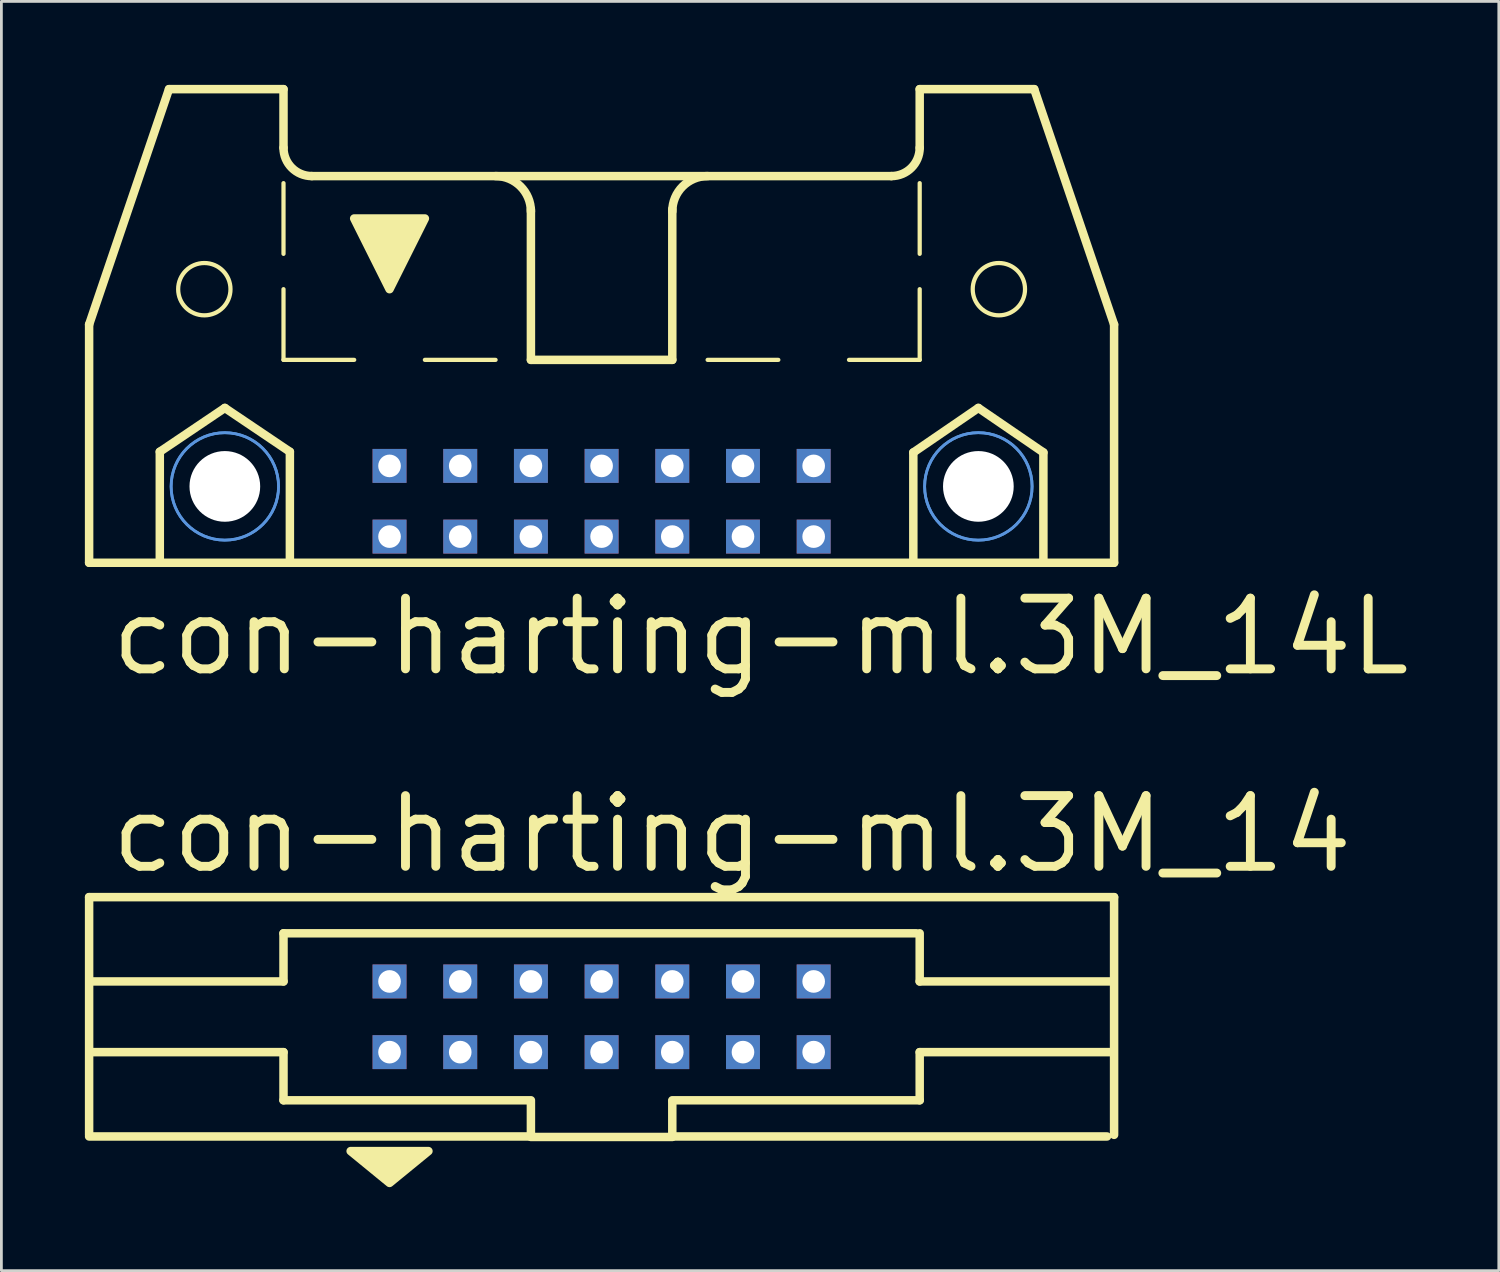
<source format=kicad_pcb>
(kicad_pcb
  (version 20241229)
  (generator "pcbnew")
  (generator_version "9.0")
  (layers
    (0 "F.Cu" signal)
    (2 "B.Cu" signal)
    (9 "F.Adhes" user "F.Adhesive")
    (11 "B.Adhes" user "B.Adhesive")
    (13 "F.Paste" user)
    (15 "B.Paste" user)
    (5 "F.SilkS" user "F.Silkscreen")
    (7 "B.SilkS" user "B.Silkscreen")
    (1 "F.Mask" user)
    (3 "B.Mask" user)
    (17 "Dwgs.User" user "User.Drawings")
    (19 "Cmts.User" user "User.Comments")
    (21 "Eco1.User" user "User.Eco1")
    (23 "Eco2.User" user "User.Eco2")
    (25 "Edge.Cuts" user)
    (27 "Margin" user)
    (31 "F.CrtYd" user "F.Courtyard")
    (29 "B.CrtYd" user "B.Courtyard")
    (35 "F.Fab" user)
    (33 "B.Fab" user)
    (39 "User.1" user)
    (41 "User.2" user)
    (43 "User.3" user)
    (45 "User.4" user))
  (footprint "con-harting-ml.3M_14L"
    (layer "F.Cu")
    (at 18.567 11.151)
    (property "Reference" "con-harting-ml.3M_14L" (at -17.78 10.16 0) (layer "F.SilkS") (effects (font (size 2.54 2.54) (thickness 0.32)) (justify left bottom)))
    (attr through_hole)
    (fp_line (start -18.415 -2.54) (end -18.415 6.02) (stroke (width 0.305) (type default)) (layer "F.SilkS"))
    (fp_line (start -18.415 -2.54) (end -15.545 -10.998) (stroke (width 0.305) (type default)) (layer "F.SilkS"))
    (fp_line (start -18.415 6.02) (end -15.875 6.02) (stroke (width 0.305) (type default)) (layer "F.SilkS"))
    (fp_line (start -15.875 2.032) (end -13.538 0.457) (stroke (width 0.305) (type default)) (layer "F.SilkS"))
    (fp_line (start -15.875 6.02) (end -15.875 2.032) (stroke (width 0.305) (type default)) (layer "F.SilkS"))
    (fp_line (start -15.875 6.02) (end -11.201 6.02) (stroke (width 0.305) (type default)) (layer "F.SilkS"))
    (fp_line (start -13.538 0.457) (end -11.201 2.032) (stroke (width 0.305) (type default)) (layer "F.SilkS"))
    (fp_line (start -11.43 -10.998) (end -15.545 -10.998) (stroke (width 0.305) (type default)) (layer "F.SilkS"))
    (fp_line (start -11.43 -8.89) (end -11.43 -10.998) (stroke (width 0.305) (type default)) (layer "F.SilkS"))
    (fp_line (start -11.43 -5.08) (end -11.43 -7.62) (stroke (width 0.152) (type default)) (layer "F.SilkS"))
    (fp_line (start -11.43 -1.27) (end -11.43 -3.81) (stroke (width 0.152) (type default)) (layer "F.SilkS"))
    (fp_line (start -11.43 -1.27) (end -8.89 -1.27) (stroke (width 0.152) (type default)) (layer "F.SilkS"))
    (fp_line (start -11.201 2.032) (end -11.201 6.02) (stroke (width 0.305) (type default)) (layer "F.SilkS"))
    (fp_line (start -11.201 6.02) (end 11.201 6.02) (stroke (width 0.305) (type default)) (layer "F.SilkS"))
    (fp_line (start -10.414 -7.874) (end 10.414 -7.874) (stroke (width 0.305) (type default)) (layer "F.SilkS"))
    (fp_line (start -6.35 -1.27) (end -3.81 -1.27) (stroke (width 0.152) (type default)) (layer "F.SilkS"))
    (fp_line (start -2.54 -1.27) (end -2.54 -6.68) (stroke (width 0.305) (type default)) (layer "F.SilkS"))
    (fp_line (start 0 -1.27) (end 2.54 -1.27) (stroke (width 0.152) (type default)) (layer "F.SilkS"))
    (fp_line (start 2.54 -1.27) (end -2.54 -1.27) (stroke (width 0.305) (type default)) (layer "F.SilkS"))
    (fp_line (start 2.54 -1.27) (end 2.54 -6.68) (stroke (width 0.305) (type default)) (layer "F.SilkS"))
    (fp_line (start 6.35 -1.27) (end 3.81 -1.27) (stroke (width 0.152) (type default)) (layer "F.SilkS"))
    (fp_line (start 11.201 2.057) (end 13.538 0.457) (stroke (width 0.305) (type default)) (layer "F.SilkS"))
    (fp_line (start 11.201 6.02) (end 11.201 2.057) (stroke (width 0.305) (type default)) (layer "F.SilkS"))
    (fp_line (start 11.201 6.02) (end 15.875 6.02) (stroke (width 0.305) (type default)) (layer "F.SilkS"))
    (fp_line (start 11.43 -10.998) (end 15.545 -10.998) (stroke (width 0.305) (type default)) (layer "F.SilkS"))
    (fp_line (start 11.43 -8.89) (end 11.43 -10.998) (stroke (width 0.305) (type default)) (layer "F.SilkS"))
    (fp_line (start 11.43 -5.08) (end 11.43 -7.62) (stroke (width 0.152) (type default)) (layer "F.SilkS"))
    (fp_line (start 11.43 -1.27) (end 8.89 -1.27) (stroke (width 0.152) (type default)) (layer "F.SilkS"))
    (fp_line (start 11.43 -1.27) (end 11.43 -3.81) (stroke (width 0.152) (type default)) (layer "F.SilkS"))
    (fp_line (start 13.538 0.457) (end 15.875 2.057) (stroke (width 0.305) (type default)) (layer "F.SilkS"))
    (fp_line (start 15.875 2.057) (end 15.875 6.02) (stroke (width 0.305) (type default)) (layer "F.SilkS"))
    (fp_line (start 15.875 6.02) (end 18.415 6.02) (stroke (width 0.305) (type default)) (layer "F.SilkS"))
    (fp_line (start 18.415 -2.54) (end 15.545 -10.998) (stroke (width 0.305) (type default)) (layer "F.SilkS"))
    (fp_line (start 18.415 6.02) (end 18.415 -2.54) (stroke (width 0.305) (type default)) (layer "F.SilkS"))
    (fp_arc (start -10.414 -7.874) (mid -11.13242 -8.17158) (end -11.43 -8.89) (stroke (width 0.3048) (type default)) (layer "F.SilkS"))
    (fp_arc (start -3.81 -7.874) (mid -2.911974 -7.502026) (end -2.54 -6.604) (stroke (width 0.3048) (type default)) (layer "F.SilkS"))
    (fp_arc (start 2.54 -6.604) (mid 2.911974 -7.502026) (end 3.81 -7.874) (stroke (width 0.3048) (type default)) (layer "F.SilkS"))
    (fp_arc (start 11.43 -8.89) (mid 11.13242 -8.17158) (end 10.414 -7.874) (stroke (width 0.3048) (type default)) (layer "F.SilkS"))
    (fp_circle (center -14.275 -3.81) (end -13.335 -3.81) (stroke (width 0.152) (type default)) (fill no) (layer "F.SilkS"))
    (fp_circle (center 14.275 -3.81) (end 15.215 -3.81) (stroke (width 0.152) (type default)) (fill no) (layer "F.SilkS"))
    (fp_poly (pts (xy -8.89 -6.35) (xy -6.35 -6.35) (xy -7.62 -3.81)) (stroke (width 0.305) (type default)) (fill yes) (layer "F.SilkS"))
    (fp_circle (center -13.538 3.277) (end -11.608 3.277) (stroke (width 0.1) (type default)) (fill no) (layer "Cmts.User"))
    (fp_circle (center -13.538 3.277) (end -11.608 3.277) (stroke (width 0.1) (type default)) (fill no) (layer "Cmts.User"))
    (fp_circle (center 13.538 3.277) (end 15.469 3.277) (stroke (width 0.1) (type default)) (fill no) (layer "Cmts.User"))
    (fp_circle (center 13.538 3.277) (end 15.469 3.277) (stroke (width 0.1) (type default)) (fill no) (layer "Cmts.User"))
    (pad "" np_thru_hole circle (at -13.538 3.277) (size 2.54 2.54) (drill 2.54) (layers "*.Cu" "*.Mask"))
    (pad "" np_thru_hole circle (at 13.538 3.277) (size 2.54 2.54) (drill 2.54) (layers "*.Cu" "*.Mask"))
    (pad "1" thru_hole rect (at -7.62 5.08) (size 1.219 1.219) (drill 0.813) (layers "*.Cu" "*.Mask"))
    (pad "2" thru_hole rect (at -7.62 2.54) (size 1.219 1.219) (drill 0.813) (layers "*.Cu" "*.Mask"))
    (pad "3" thru_hole rect (at -5.08 5.08) (size 1.219 1.219) (drill 0.813) (layers "*.Cu" "*.Mask"))
    (pad "4" thru_hole rect (at -5.08 2.54) (size 1.219 1.219) (drill 0.813) (layers "*.Cu" "*.Mask"))
    (pad "5" thru_hole rect (at -2.54 5.08) (size 1.219 1.219) (drill 0.813) (layers "*.Cu" "*.Mask"))
    (pad "6" thru_hole rect (at -2.54 2.54) (size 1.219 1.219) (drill 0.813) (layers "*.Cu" "*.Mask"))
    (pad "7" thru_hole rect (at 0 5.08) (size 1.219 1.219) (drill 0.813) (layers "*.Cu" "*.Mask"))
    (pad "8" thru_hole rect (at 0 2.54) (size 1.219 1.219) (drill 0.813) (layers "*.Cu" "*.Mask"))
    (pad "9" thru_hole rect (at 2.54 5.08) (size 1.219 1.219) (drill 0.813) (layers "*.Cu" "*.Mask"))
    (pad "10" thru_hole rect (at 2.54 2.54) (size 1.219 1.219) (drill 0.813) (layers "*.Cu" "*.Mask"))
    (pad "11" thru_hole rect (at 5.08 5.08) (size 1.219 1.219) (drill 0.813) (layers "*.Cu" "*.Mask"))
    (pad "12" thru_hole rect (at 5.08 2.54) (size 1.219 1.219) (drill 0.813) (layers "*.Cu" "*.Mask"))
    (pad "13" thru_hole rect (at 7.62 5.08) (size 1.219 1.219) (drill 0.813) (layers "*.Cu" "*.Mask"))
    (pad "14" thru_hole rect (at 7.62 2.54) (size 1.219 1.219) (drill 0.813) (layers "*.Cu" "*.Mask")))
  (footprint "con-harting-ml.3M_14"
    (layer "F.Cu")
    (at 18.567 33.486)
    (property "Reference" "con-harting-ml.3M_14" (at -17.78 -5.08 0) (layer "F.SilkS") (effects (font (size 2.54 2.54) (thickness 0.32)) (justify left bottom)))
    (attr through_hole)
    (fp_line (start -18.415 -4.3) (end -18.415 4.242) (stroke (width 0.305) (type default)) (layer "F.SilkS"))
    (fp_line (start -18.415 4.3) (end -2.54 4.3) (stroke (width 0.305) (type default)) (layer "F.SilkS"))
    (fp_line (start -11.43 -1.27) (end -18.288 -1.27) (stroke (width 0.305) (type default)) (layer "F.SilkS"))
    (fp_line (start -11.43 -1.27) (end -11.43 -3) (stroke (width 0.305) (type default)) (layer "F.SilkS"))
    (fp_line (start -11.43 1.27) (end -18.288 1.27) (stroke (width 0.305) (type default)) (layer "F.SilkS"))
    (fp_line (start -11.43 3) (end -11.43 1.27) (stroke (width 0.305) (type default)) (layer "F.SilkS"))
    (fp_line (start -2.54 3) (end -11.43 3) (stroke (width 0.305) (type default)) (layer "F.SilkS"))
    (fp_line (start -2.54 4.3) (end -2.54 3.048) (stroke (width 0.305) (type default)) (layer "F.SilkS"))
    (fp_line (start -2.54 4.318) (end 2.54 4.318) (stroke (width 0.305) (type default)) (layer "F.SilkS"))
    (fp_line (start 2.54 3.048) (end 2.54 4.3) (stroke (width 0.305) (type default)) (layer "F.SilkS"))
    (fp_line (start 2.54 4.3) (end 18.161 4.3) (stroke (width 0.305) (type default)) (layer "F.SilkS"))
    (fp_line (start 11.303 -3) (end -11.43 -3) (stroke (width 0.305) (type default)) (layer "F.SilkS"))
    (fp_line (start 11.43 -1.27) (end 11.43 -3) (stroke (width 0.305) (type default)) (layer "F.SilkS"))
    (fp_line (start 11.43 -1.27) (end 18.288 -1.27) (stroke (width 0.305) (type default)) (layer "F.SilkS"))
    (fp_line (start 11.43 1.27) (end 18.288 1.27) (stroke (width 0.305) (type default)) (layer "F.SilkS"))
    (fp_line (start 11.43 3) (end 2.54 3) (stroke (width 0.305) (type default)) (layer "F.SilkS"))
    (fp_line (start 11.43 3) (end 11.43 1.27) (stroke (width 0.305) (type default)) (layer "F.SilkS"))
    (fp_line (start 18.415 -4.3) (end -18.415 -4.3) (stroke (width 0.305) (type default)) (layer "F.SilkS"))
    (fp_line (start 18.415 4.242) (end 18.415 -4.3) (stroke (width 0.305) (type default)) (layer "F.SilkS"))
    (fp_poly (pts (xy -9.017 4.826) (xy -6.223 4.826) (xy -7.62 5.969)) (stroke (width 0.305) (type default)) (fill yes) (layer "F.SilkS"))
    (pad "1" thru_hole rect (at -7.62 1.27) (size 1.219 1.219) (drill 0.813) (layers "*.Cu" "*.Mask"))
    (pad "2" thru_hole rect (at -7.62 -1.27) (size 1.219 1.219) (drill 0.813) (layers "*.Cu" "*.Mask"))
    (pad "3" thru_hole rect (at -5.08 1.27) (size 1.219 1.219) (drill 0.813) (layers "*.Cu" "*.Mask"))
    (pad "4" thru_hole rect (at -5.08 -1.27) (size 1.219 1.219) (drill 0.813) (layers "*.Cu" "*.Mask"))
    (pad "5" thru_hole rect (at -2.54 1.27) (size 1.219 1.219) (drill 0.813) (layers "*.Cu" "*.Mask"))
    (pad "6" thru_hole rect (at -2.54 -1.27) (size 1.219 1.219) (drill 0.813) (layers "*.Cu" "*.Mask"))
    (pad "7" thru_hole rect (at 0 1.27) (size 1.219 1.219) (drill 0.813) (layers "*.Cu" "*.Mask"))
    (pad "8" thru_hole rect (at 0 -1.27) (size 1.219 1.219) (drill 0.813) (layers "*.Cu" "*.Mask"))
    (pad "9" thru_hole rect (at 2.54 1.27) (size 1.219 1.219) (drill 0.813) (layers "*.Cu" "*.Mask"))
    (pad "10" thru_hole rect (at 2.54 -1.27) (size 1.219 1.219) (drill 0.813) (layers "*.Cu" "*.Mask"))
    (pad "11" thru_hole rect (at 5.08 1.27) (size 1.219 1.219) (drill 0.813) (layers "*.Cu" "*.Mask"))
    (pad "12" thru_hole rect (at 5.08 -1.27) (size 1.219 1.219) (drill 0.813) (layers "*.Cu" "*.Mask"))
    (pad "13" thru_hole rect (at 7.62 1.27) (size 1.219 1.219) (drill 0.813) (layers "*.Cu" "*.Mask"))
    (pad "14" thru_hole rect (at 7.62 -1.27) (size 1.219 1.219) (drill 0.813) (layers "*.Cu" "*.Mask")))
  (gr_rect
    (start -3 -3)
    (end 50.806 42.607)
    (stroke (width 0.1) (type default))
    (fill no)
    (layer "Edge.Cuts")))
</source>
